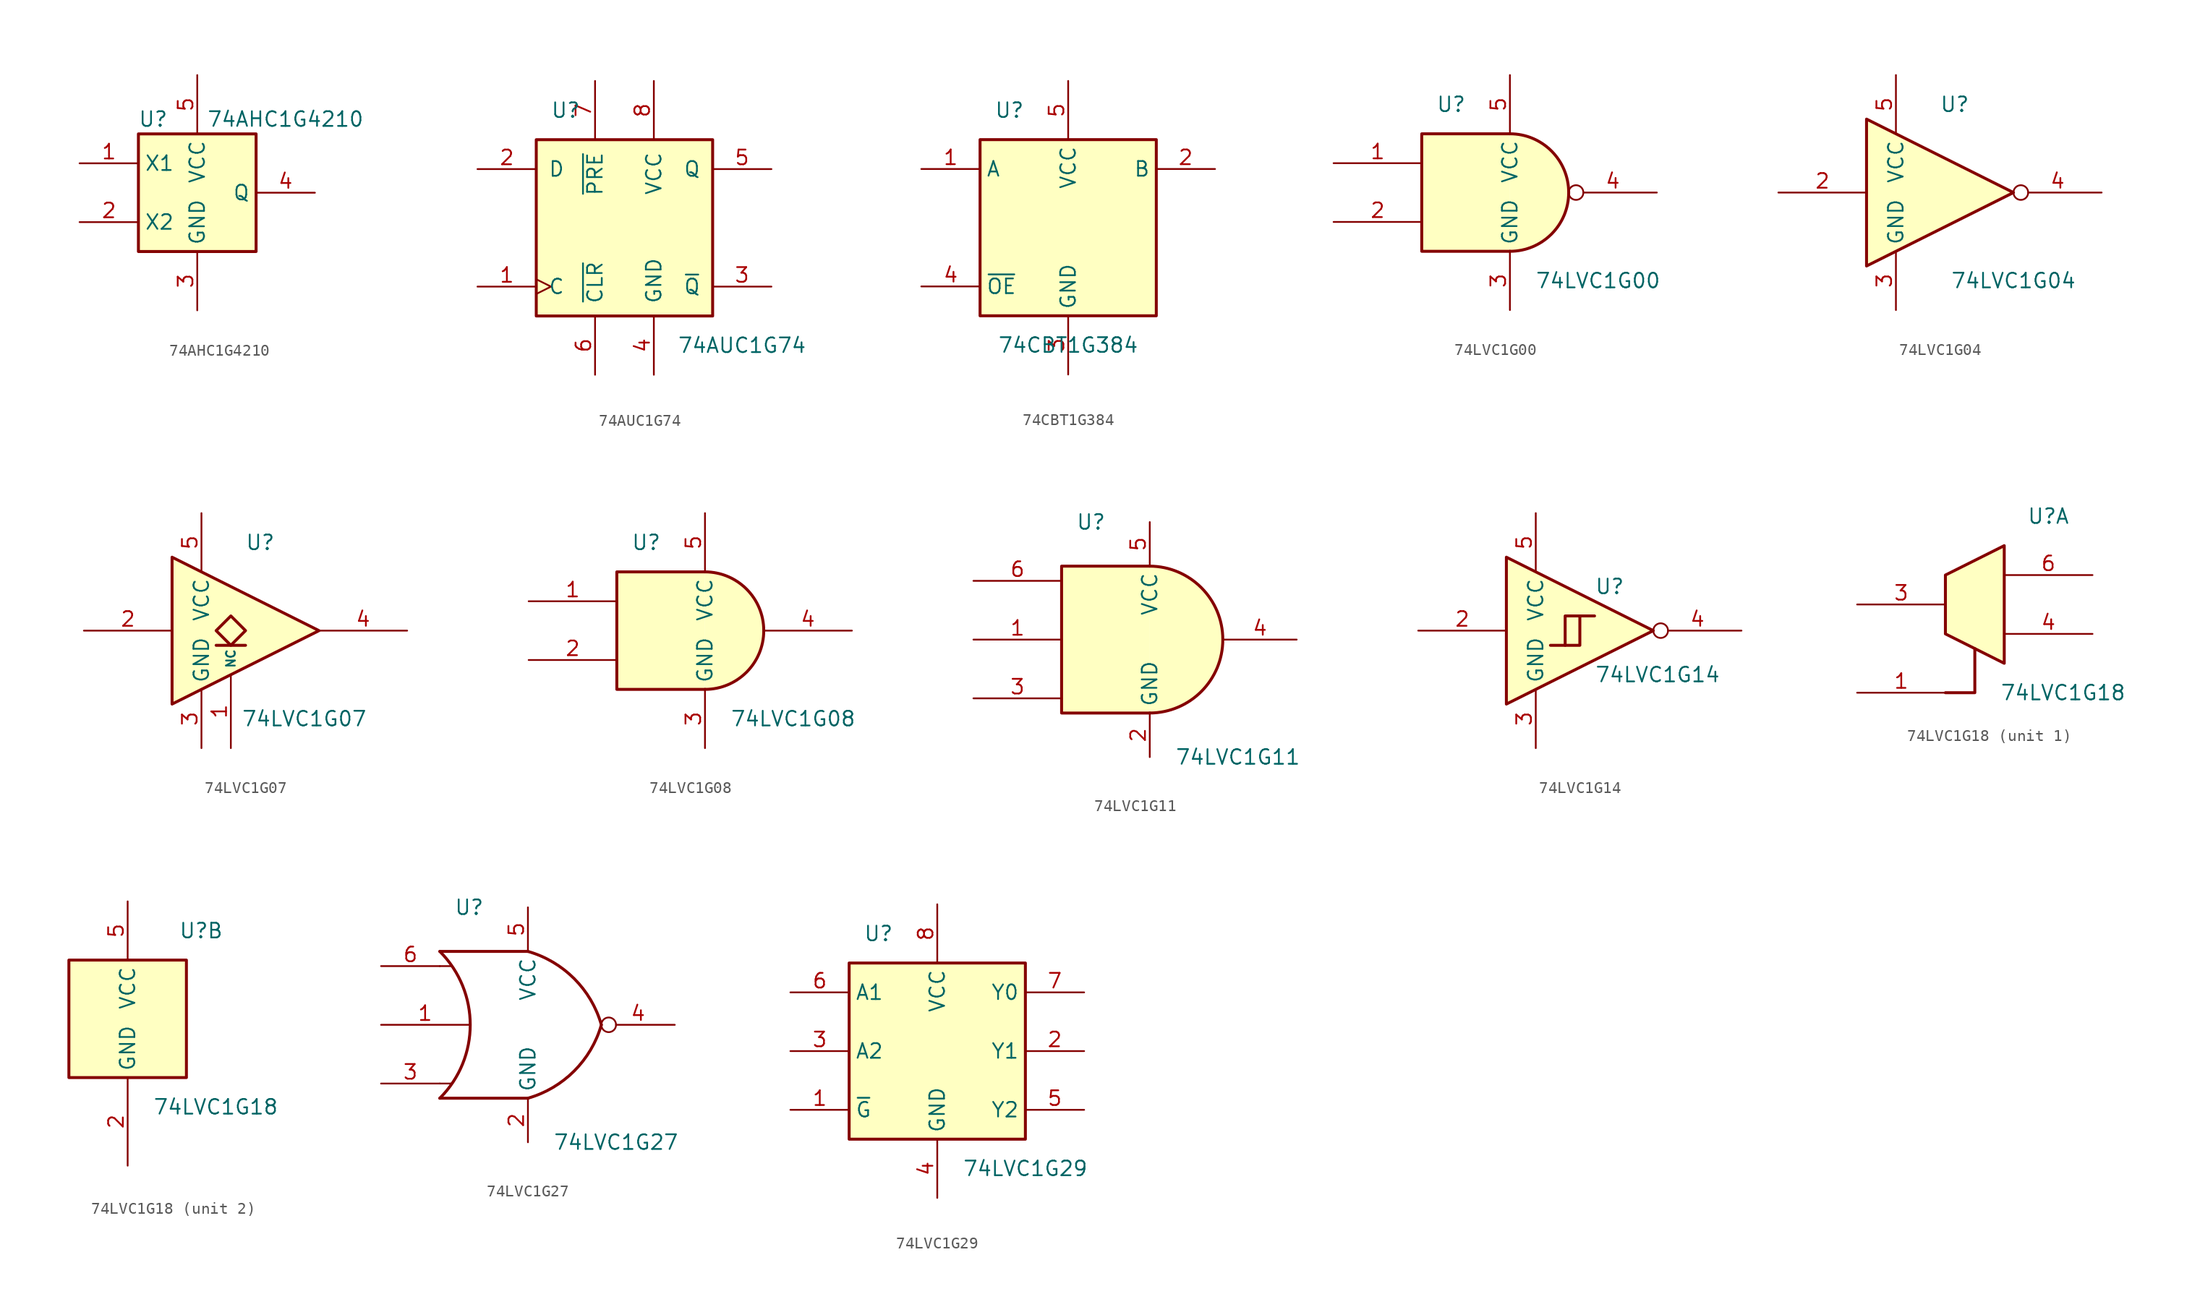
<source format=kicad_sym>
(kicad_symbol_lib
  (version 20241209)
  (generator "kicad_symbol_editor")
  (generator_version "9.0")
  (symbol "74AHC1G4210"
    (property "Reference" "U"
      (at -3.81 6.35 0)
      (effects (font (size 1.27 1.27))))
    (property "Value" "74AHC1G4210"
      (at 7.62 6.35 0)
      (effects (font (size 1.27 1.27))))
    (symbol "74AHC1G4210_0_1"
      (rectangle (start -5.08 5.08) (end 5.08 -5.08) (stroke (width 0.254) (type default)) (fill (type background))))
    (symbol "74AHC1G4210_1_1"
      (pin input line (at -10.16 2.54 0) (length 5.08) (name "X1" (effects (font (size 1.27 1.27)))) (number "1" (effects (font (size 1.27 1.27)))))
      (pin input line (at -10.16 -2.54 0) (length 5.08) (name "X2" (effects (font (size 1.27 1.27)))) (number "2" (effects (font (size 1.27 1.27)))))
      (pin power_in line (at 0 10.16 270) (length 5.08) (name "VCC" (effects (font (size 1.27 1.27)))) (number "5" (effects (font (size 1.27 1.27)))))
      (pin power_in line (at 0 -10.16 90) (length 5.08) (name "GND" (effects (font (size 1.27 1.27)))) (number "3" (effects (font (size 1.27 1.27)))))
      (pin output line (at 10.16 0 180) (length 5.08) (name "Q" (effects (font (size 1.27 1.27)))) (number "4" (effects (font (size 1.27 1.27)))))))
  (symbol "74AUC1G74"
    (pin_names
      (offset 1.016))
    (property "Reference" "U"
      (at -5.08 10.16 0)
      (effects (font (size 1.27 1.27))))
    (property "Value" "74AUC1G74"
      (at 10.16 -10.16 0)
      (effects (font (size 1.27 1.27))))
    (symbol "74AUC1G74_0_1"
      (rectangle (start -7.62 7.62) (end 7.62 -7.62) (stroke (width 0.254) (type default)) (fill (type background))))
    (symbol "74AUC1G74_1_1"
      (pin input line (at -12.7 5.08 0) (length 5.08) (name "D" (effects (font (size 1.27 1.27)))) (number "2" (effects (font (size 1.27 1.27)))))
      (pin input clock (at -12.7 -5.08 0) (length 5.08) (name "C" (effects (font (size 1.27 1.27)))) (number "1" (effects (font (size 1.27 1.27)))))
      (pin input line (at -2.54 12.7 270) (length 5.08) (name "~{PRE}" (effects (font (size 1.27 1.27)))) (number "7" (effects (font (size 1.27 1.27)))))
      (pin input line (at -2.54 -12.7 90) (length 5.08) (name "~{CLR}" (effects (font (size 1.27 1.27)))) (number "6" (effects (font (size 1.27 1.27)))))
      (pin power_in line (at 2.54 12.7 270) (length 5.08) (name "VCC" (effects (font (size 1.27 1.27)))) (number "8" (effects (font (size 1.27 1.27)))))
      (pin power_in line (at 2.54 -12.7 90) (length 5.08) (name "GND" (effects (font (size 1.27 1.27)))) (number "4" (effects (font (size 1.27 1.27)))))
      (pin output line (at 12.7 5.08 180) (length 5.08) (name "Q" (effects (font (size 1.27 1.27)))) (number "5" (effects (font (size 1.27 1.27)))))
      (pin output line (at 12.7 -5.08 180) (length 5.08) (name "~{Q}" (effects (font (size 1.27 1.27)))) (number "3" (effects (font (size 1.27 1.27)))))))
  (symbol "74CBT1G384"
    (property "Reference" "U"
      (at -5.08 10.16 0)
      (effects (font (size 1.27 1.27))))
    (property "Value" "74CBT1G384"
      (at 0 -10.16 0)
      (effects (font (size 1.27 1.27))))
    (symbol "74CBT1G384_0_1"
      (rectangle (start -7.62 7.62) (end 7.62 -7.62) (stroke (width 0.254) (type default)) (fill (type background))))
    (symbol "74CBT1G384_1_1"
      (pin input line (at -12.7 5.08 0) (length 5.08) (name "A" (effects (font (size 1.27 1.27)))) (number "1" (effects (font (size 1.27 1.27)))))
      (pin input line (at -12.7 -5.08 0) (length 5.08) (name "~{OE}" (effects (font (size 1.27 1.27)))) (number "4" (effects (font (size 1.27 1.27)))))
      (pin power_in line (at 0 12.7 270) (length 5.08) (name "VCC" (effects (font (size 1.27 1.27)))) (number "5" (effects (font (size 1.27 1.27)))))
      (pin power_in line (at 0 -12.7 90) (length 5.08) (name "GND" (effects (font (size 1.27 1.27)))) (number "3" (effects (font (size 1.27 1.27)))))
      (pin tri_state line (at 12.7 5.08 180) (length 5.08) (name "B" (effects (font (size 1.27 1.27)))) (number "2" (effects (font (size 1.27 1.27)))))))
  (symbol "74LVC1G00"
    (property "Reference" "U"
      (at -5.08 7.62 0)
      (effects (font (size 1.27 1.27))))
    (property "Value" "74LVC1G00"
      (at 7.62 -7.62 0)
      (effects (font (size 1.27 1.27))))
    (symbol "74LVC1G00_0_1"
      (arc (start 0 5.08) (mid 5.0579 0) (end 0 -5.08) (stroke (width 0.254) (type default)) (fill (type background)))
      (polyline (pts (xy 0 -5.08) (xy -7.62 -5.08) (xy -7.62 5.08) (xy 0 5.08)) (stroke (width 0.254) (type default)) (fill (type background))))
    (symbol "74LVC1G00_1_1"
      (pin input line (at -15.24 2.54 0) (length 7.62) (name "~" (effects (font (size 1.27 1.27)))) (number "1" (effects (font (size 1.27 1.27)))))
      (pin input line (at -15.24 -2.54 0) (length 7.62) (name "~" (effects (font (size 1.27 1.27)))) (number "2" (effects (font (size 1.27 1.27)))))
      (pin power_in line (at 0 10.16 270) (length 5.08) (name "VCC" (effects (font (size 1.27 1.27)))) (number "5" (effects (font (size 1.27 1.27)))))
      (pin power_in line (at 0 -10.16 90) (length 5.08) (name "GND" (effects (font (size 1.27 1.27)))) (number "3" (effects (font (size 1.27 1.27)))))
      (pin output inverted (at 12.7 0 180) (length 7.62) (name "~" (effects (font (size 1.27 1.27)))) (number "4" (effects (font (size 1.27 1.27)))))))
  (symbol "74LVC1G04"
    (property "Reference" "U"
      (at 0 7.62 0)
      (effects (font (size 1.27 1.27))))
    (property "Value" "74LVC1G04"
      (at 5.08 -7.62 0)
      (effects (font (size 1.27 1.27))))
    (symbol "74LVC1G04_0_1"
      (polyline (pts (xy -7.62 6.35) (xy -7.62 -6.35) (xy 5.08 0) (xy -7.62 6.35)) (stroke (width 0.254) (type default)) (fill (type background))))
    (symbol "74LVC1G04_1_1"
      (pin input line (at -15.24 0 0) (length 7.62) (name "~" (effects (font (size 1.27 1.27)))) (number "2" (effects (font (size 1.27 1.27)))))
      (pin power_in line (at -5.08 10.16 270) (length 5.08) (name "VCC" (effects (font (size 1.27 1.27)))) (number "5" (effects (font (size 1.27 1.27)))))
      (pin power_in line (at -5.08 -10.16 90) (length 5.08) (name "GND" (effects (font (size 1.27 1.27)))) (number "3" (effects (font (size 1.27 1.27)))))
      (pin output inverted (at 12.7 0 180) (length 7.62) (name "~" (effects (font (size 1.27 1.27)))) (number "4" (effects (font (size 1.27 1.27)))))))
  (symbol "74LVC1G07"
    (property "Reference" "U"
      (at 0 7.62 0)
      (effects (font (size 1.27 1.27))))
    (property "Value" "74LVC1G07"
      (at 3.81 -7.62 0)
      (effects (font (size 1.27 1.27))))
    (symbol "74LVC1G07_0_1"
      (polyline (pts (xy -7.62 6.35) (xy -7.62 -6.35) (xy 5.08 0) (xy -7.62 6.35)) (stroke (width 0.254) (type default)) (fill (type background)))
      (polyline (pts (xy -3.81 -1.27) (xy -1.27 -1.27)) (stroke (width 0.254) (type default)) (fill (type background)))
      (polyline (pts (xy -2.54 1.27) (xy -3.81 0) (xy -2.54 -1.27) (xy -1.27 0) (xy -2.54 1.27)) (stroke (width 0.254) (type default)) (fill (type background))))
    (symbol "74LVC1G07_1_1"
      (pin input line (at -15.24 0 0) (length 7.62) (name "~" (effects (font (size 1.27 1.27)))) (number "2" (effects (font (size 1.27 1.27)))))
      (pin power_in line (at -5.08 10.16 270) (length 5.08) (name "VCC" (effects (font (size 1.27 1.27)))) (number "5" (effects (font (size 1.27 1.27)))))
      (pin power_in line (at -5.08 -10.16 90) (length 5.08) (name "GND" (effects (font (size 1.27 1.27)))) (number "3" (effects (font (size 1.27 1.27)))))
      (pin free line (at -2.54 -10.16 90) (length 6.35) (name "NC" (effects (font (size 0.762 0.762)))) (number "1" (effects (font (size 1.27 1.27)))))
      (pin open_collector line (at 12.7 0 180) (length 7.62) (name "~" (effects (font (size 1.27 1.27)))) (number "4" (effects (font (size 1.27 1.27)))))))
  (symbol "74LVC1G08"
    (property "Reference" "U"
      (at -5.08 7.62 0)
      (effects (font (size 1.27 1.27))))
    (property "Value" "74LVC1G08"
      (at 7.62 -7.62 0)
      (effects (font (size 1.27 1.27))))
    (symbol "74LVC1G08_0_1"
      (arc (start 0 5.08) (mid 5.0579 0) (end 0 -5.08) (stroke (width 0.254) (type default)) (fill (type background)))
      (polyline (pts (xy 0 -5.08) (xy -7.62 -5.08) (xy -7.62 5.08) (xy 0 5.08)) (stroke (width 0.254) (type default)) (fill (type background))))
    (symbol "74LVC1G08_1_1"
      (pin input line (at -15.24 2.54 0) (length 7.62) (name "~" (effects (font (size 1.27 1.27)))) (number "1" (effects (font (size 1.27 1.27)))))
      (pin input line (at -15.24 -2.54 0) (length 7.62) (name "~" (effects (font (size 1.27 1.27)))) (number "2" (effects (font (size 1.27 1.27)))))
      (pin power_in line (at 0 10.16 270) (length 5.08) (name "VCC" (effects (font (size 1.27 1.27)))) (number "5" (effects (font (size 1.27 1.27)))))
      (pin power_in line (at 0 -10.16 90) (length 5.08) (name "GND" (effects (font (size 1.27 1.27)))) (number "3" (effects (font (size 1.27 1.27)))))
      (pin output line (at 12.7 0 180) (length 7.62) (name "~" (effects (font (size 1.27 1.27)))) (number "4" (effects (font (size 1.27 1.27)))))))
  (symbol "74LVC1G11"
    (property "Reference" "U"
      (at -5.08 10.16 0)
      (effects (font (size 1.27 1.27))))
    (property "Value" "74LVC1G11"
      (at 7.62 -10.16 0)
      (effects (font (size 1.27 1.27))))
    (symbol "74LVC1G11_0_1"
      (arc (start 0 6.35) (mid 6.3224 0) (end 0 -6.35) (stroke (width 0.254) (type default)) (fill (type background)))
      (polyline (pts (xy 0 -6.35) (xy -7.62 -6.35) (xy -7.62 6.35) (xy 0 6.35)) (stroke (width 0.254) (type default)) (fill (type background))))
    (symbol "74LVC1G11_1_1"
      (pin input line (at -15.24 5.08 0) (length 7.62) (name "~" (effects (font (size 1.27 1.27)))) (number "6" (effects (font (size 1.27 1.27)))))
      (pin input line (at -15.24 0 0) (length 7.62) (name "~" (effects (font (size 1.27 1.27)))) (number "1" (effects (font (size 1.27 1.27)))))
      (pin input line (at -15.24 -5.08 0) (length 7.62) (name "~" (effects (font (size 1.27 1.27)))) (number "3" (effects (font (size 1.27 1.27)))))
      (pin power_in line (at 0 10.16 270) (length 3.81) (name "VCC" (effects (font (size 1.27 1.27)))) (number "5" (effects (font (size 1.27 1.27)))))
      (pin power_in line (at 0 -10.16 90) (length 3.81) (name "GND" (effects (font (size 1.27 1.27)))) (number "2" (effects (font (size 1.27 1.27)))))
      (pin output line (at 12.7 0 180) (length 6.35) (name "~" (effects (font (size 1.27 1.27)))) (number "4" (effects (font (size 1.27 1.27)))))))
  (symbol "74LVC1G14"
    (property "Reference" "U"
      (at 0 3.81 0)
      (effects (font (size 1.27 1.27)) (justify left)))
    (property "Value" "74LVC1G14"
      (at 0 -3.81 0)
      (effects (font (size 1.27 1.27)) (justify left)))
    (symbol "74LVC1G14_0_1"
      (polyline (pts (xy -7.62 6.35) (xy -7.62 -6.35) (xy 5.08 0) (xy -7.62 6.35)) (stroke (width 0.254) (type default)) (fill (type background))))
    (symbol "74LVC1G14_1_1"
      (polyline (pts (xy -3.81 -1.27) (xy -1.27 -1.27) (xy -1.27 1.27)) (stroke (width 0.254) (type default)) (fill (type none)))
      (polyline (pts (xy -2.54 -1.27) (xy -2.54 1.27) (xy 0 1.27)) (stroke (width 0.254) (type default)) (fill (type none)))
      (pin input line (at -15.24 0 0) (length 7.62) (name "~" (effects (font (size 1.27 1.27)))) (number "2" (effects (font (size 1.27 1.27)))))
      (pin no_connect line (at -7.62 5.08 180) (length 5.08) (hide yes) (name "NC" (effects (font (size 1.27 1.27)))) (number "1" (effects (font (size 1.27 1.27)))))
      (pin power_in line (at -5.08 10.16 270) (length 5.08) (name "VCC" (effects (font (size 1.27 1.27)))) (number "5" (effects (font (size 1.27 1.27)))))
      (pin power_in line (at -5.08 -10.16 90) (length 5.08) (name "GND" (effects (font (size 1.27 1.27)))) (number "3" (effects (font (size 1.27 1.27)))))
      (pin output inverted (at 12.7 0 180) (length 7.62) (name "~" (effects (font (size 1.27 1.27)))) (number "4" (effects (font (size 1.27 1.27)))))))
  (symbol "74LVC1G18"
    (property "Reference" "U"
      (at 6.35 7.62 0)
      (effects (font (size 1.27 1.27))))
    (property "Value" "74LVC1G18"
      (at 7.62 -7.62 0)
      (effects (font (size 1.27 1.27))))
    (property "ki_locked" ""
      (at 0 0 0)
      (effects (font (size 1.27 1.27))))
    (symbol "74LVC1G18_1_1"
      (polyline (pts (xy -2.54 2.54) (xy -2.54 -2.54) (xy 2.54 -5.08) (xy 2.54 -1.27) (xy 2.54 0) (xy 2.54 1.27) (xy 2.54 5.08) (xy -2.54 2.54)) (stroke (width 0.254) (type default)) (fill (type background)))
      (polyline (pts (xy -2.54 -7.62) (xy 0 -7.62) (xy 0 -3.81)) (stroke (width 0.254) (type default)) (fill (type none)))
      (pin input line (at -10.16 0 0) (length 7.62) (name "~" (effects (font (size 1.27 1.27)))) (number "3" (effects (font (size 1.27 1.27)))))
      (pin input line (at -10.16 -7.62 0) (length 7.62) (name "~" (effects (font (size 1.27 1.27)))) (number "1" (effects (font (size 1.27 1.27)))))
      (pin tri_state line (at 10.16 2.54 180) (length 7.62) (name "~" (effects (font (size 1.27 1.27)))) (number "6" (effects (font (size 1.27 1.27)))))
      (pin tri_state line (at 10.16 -2.54 180) (length 7.62) (name "~" (effects (font (size 1.27 1.27)))) (number "4" (effects (font (size 1.27 1.27))))))
    (symbol "74LVC1G18_2_1"
      (rectangle (start -5.08 5.08) (end 5.08 -5.08) (stroke (width 0.254) (type default)) (fill (type background)))
      (pin power_in line (at 0 10.16 270) (length 5.08) (name "VCC" (effects (font (size 1.27 1.27)))) (number "5" (effects (font (size 1.27 1.27)))))
      (pin power_in line (at 0 -12.7 90) (length 7.62) (name "GND" (effects (font (size 1.27 1.27)))) (number "2" (effects (font (size 1.27 1.27)))))))
  (symbol "74LVC1G27"
    (property "Reference" "U"
      (at -5.08 10.16 0)
      (effects (font (size 1.27 1.27))))
    (property "Value" "74LVC1G27"
      (at 7.62 -10.16 0)
      (effects (font (size 1.27 1.27))))
    (symbol "74LVC1G27_0_1"
      (arc (start -7.62 6.35) (mid -4.9897 0) (end -7.62 -6.35) (stroke (width 0.254) (type default)) (fill (type none)))
      (polyline (pts (xy -7.62 5.08) (xy -6.604 5.08) (xy -6.985 5.08) (xy -6.604 5.08)) (stroke (width 0) (type default)) (fill (type none)))
      (polyline (pts (xy -7.62 -5.08) (xy -6.604 -5.08) (xy -6.985 -5.08) (xy -6.604 -5.08)) (stroke (width 0) (type default)) (fill (type none)))
      (arc (start 6.35 0) (mid 3.9978 -3.9978) (end 0 -6.35) (stroke (width 0.254) (type default)) (fill (type none)))
      (arc (start 0 6.35) (mid 3.9978 3.9978) (end 6.35 0) (stroke (width 0.254) (type default)) (fill (type none)))
      (polyline (pts (xy 0 6.35) (xy -7.62 6.35)) (stroke (width 0.254) (type default)) (fill (type background)))
      (polyline (pts (xy 0 -6.35) (xy -7.62 -6.35)) (stroke (width 0.254) (type default)) (fill (type background))))
    (symbol "74LVC1G27_1_1"
      (pin input line (at -12.7 5.08 0) (length 5.08) (name "~" (effects (font (size 1.27 1.27)))) (number "6" (effects (font (size 1.27 1.27)))))
      (pin input line (at -12.7 0 0) (length 7.62) (name "~" (effects (font (size 1.27 1.27)))) (number "1" (effects (font (size 1.27 1.27)))))
      (pin input line (at -12.7 -5.08 0) (length 5.08) (name "~" (effects (font (size 1.27 1.27)))) (number "3" (effects (font (size 1.27 1.27)))))
      (pin power_in line (at 0 10.16 270) (length 3.81) (name "VCC" (effects (font (size 1.27 1.27)))) (number "5" (effects (font (size 1.27 1.27)))))
      (pin power_in line (at 0 -10.16 90) (length 3.81) (name "GND" (effects (font (size 1.27 1.27)))) (number "2" (effects (font (size 1.27 1.27)))))
      (pin output inverted (at 12.7 0 180) (length 6.35) (name "~" (effects (font (size 1.27 1.27)))) (number "4" (effects (font (size 1.27 1.27)))))))
  (symbol "74LVC1G29"
    (property "Reference" "U"
      (at -5.08 10.16 0)
      (effects (font (size 1.27 1.27))))
    (property "Value" "74LVC1G29"
      (at 7.62 -10.16 0)
      (effects (font (size 1.27 1.27))))
    (symbol "74LVC1G29_0_1"
      (rectangle (start -7.62 7.62) (end 7.62 -7.62) (stroke (width 0.254) (type default)) (fill (type background))))
    (symbol "74LVC1G29_1_1"
      (pin input line (at -12.7 5.08 0) (length 5.08) (name "A1" (effects (font (size 1.27 1.27)))) (number "6" (effects (font (size 1.27 1.27)))))
      (pin input line (at -12.7 0 0) (length 5.08) (name "A2" (effects (font (size 1.27 1.27)))) (number "3" (effects (font (size 1.27 1.27)))))
      (pin input line (at -12.7 -5.08 0) (length 5.08) (name "~{G}" (effects (font (size 1.27 1.27)))) (number "1" (effects (font (size 1.27 1.27)))))
      (pin power_in line (at 0 12.7 270) (length 5.08) (name "VCC" (effects (font (size 1.27 1.27)))) (number "8" (effects (font (size 1.27 1.27)))))
      (pin power_in line (at 0 -12.7 90) (length 5.08) (name "GND" (effects (font (size 1.27 1.27)))) (number "4" (effects (font (size 1.27 1.27)))))
      (pin output line (at 12.7 5.08 180) (length 5.08) (name "Y0" (effects (font (size 1.27 1.27)))) (number "7" (effects (font (size 1.27 1.27)))))
      (pin output line (at 12.7 0 180) (length 5.08) (name "Y1" (effects (font (size 1.27 1.27)))) (number "2" (effects (font (size 1.27 1.27)))))
      (pin output line (at 12.7 -5.08 180) (length 5.08) (name "Y2" (effects (font (size 1.27 1.27)))) (number "5" (effects (font (size 1.27 1.27))))))))
</source>
